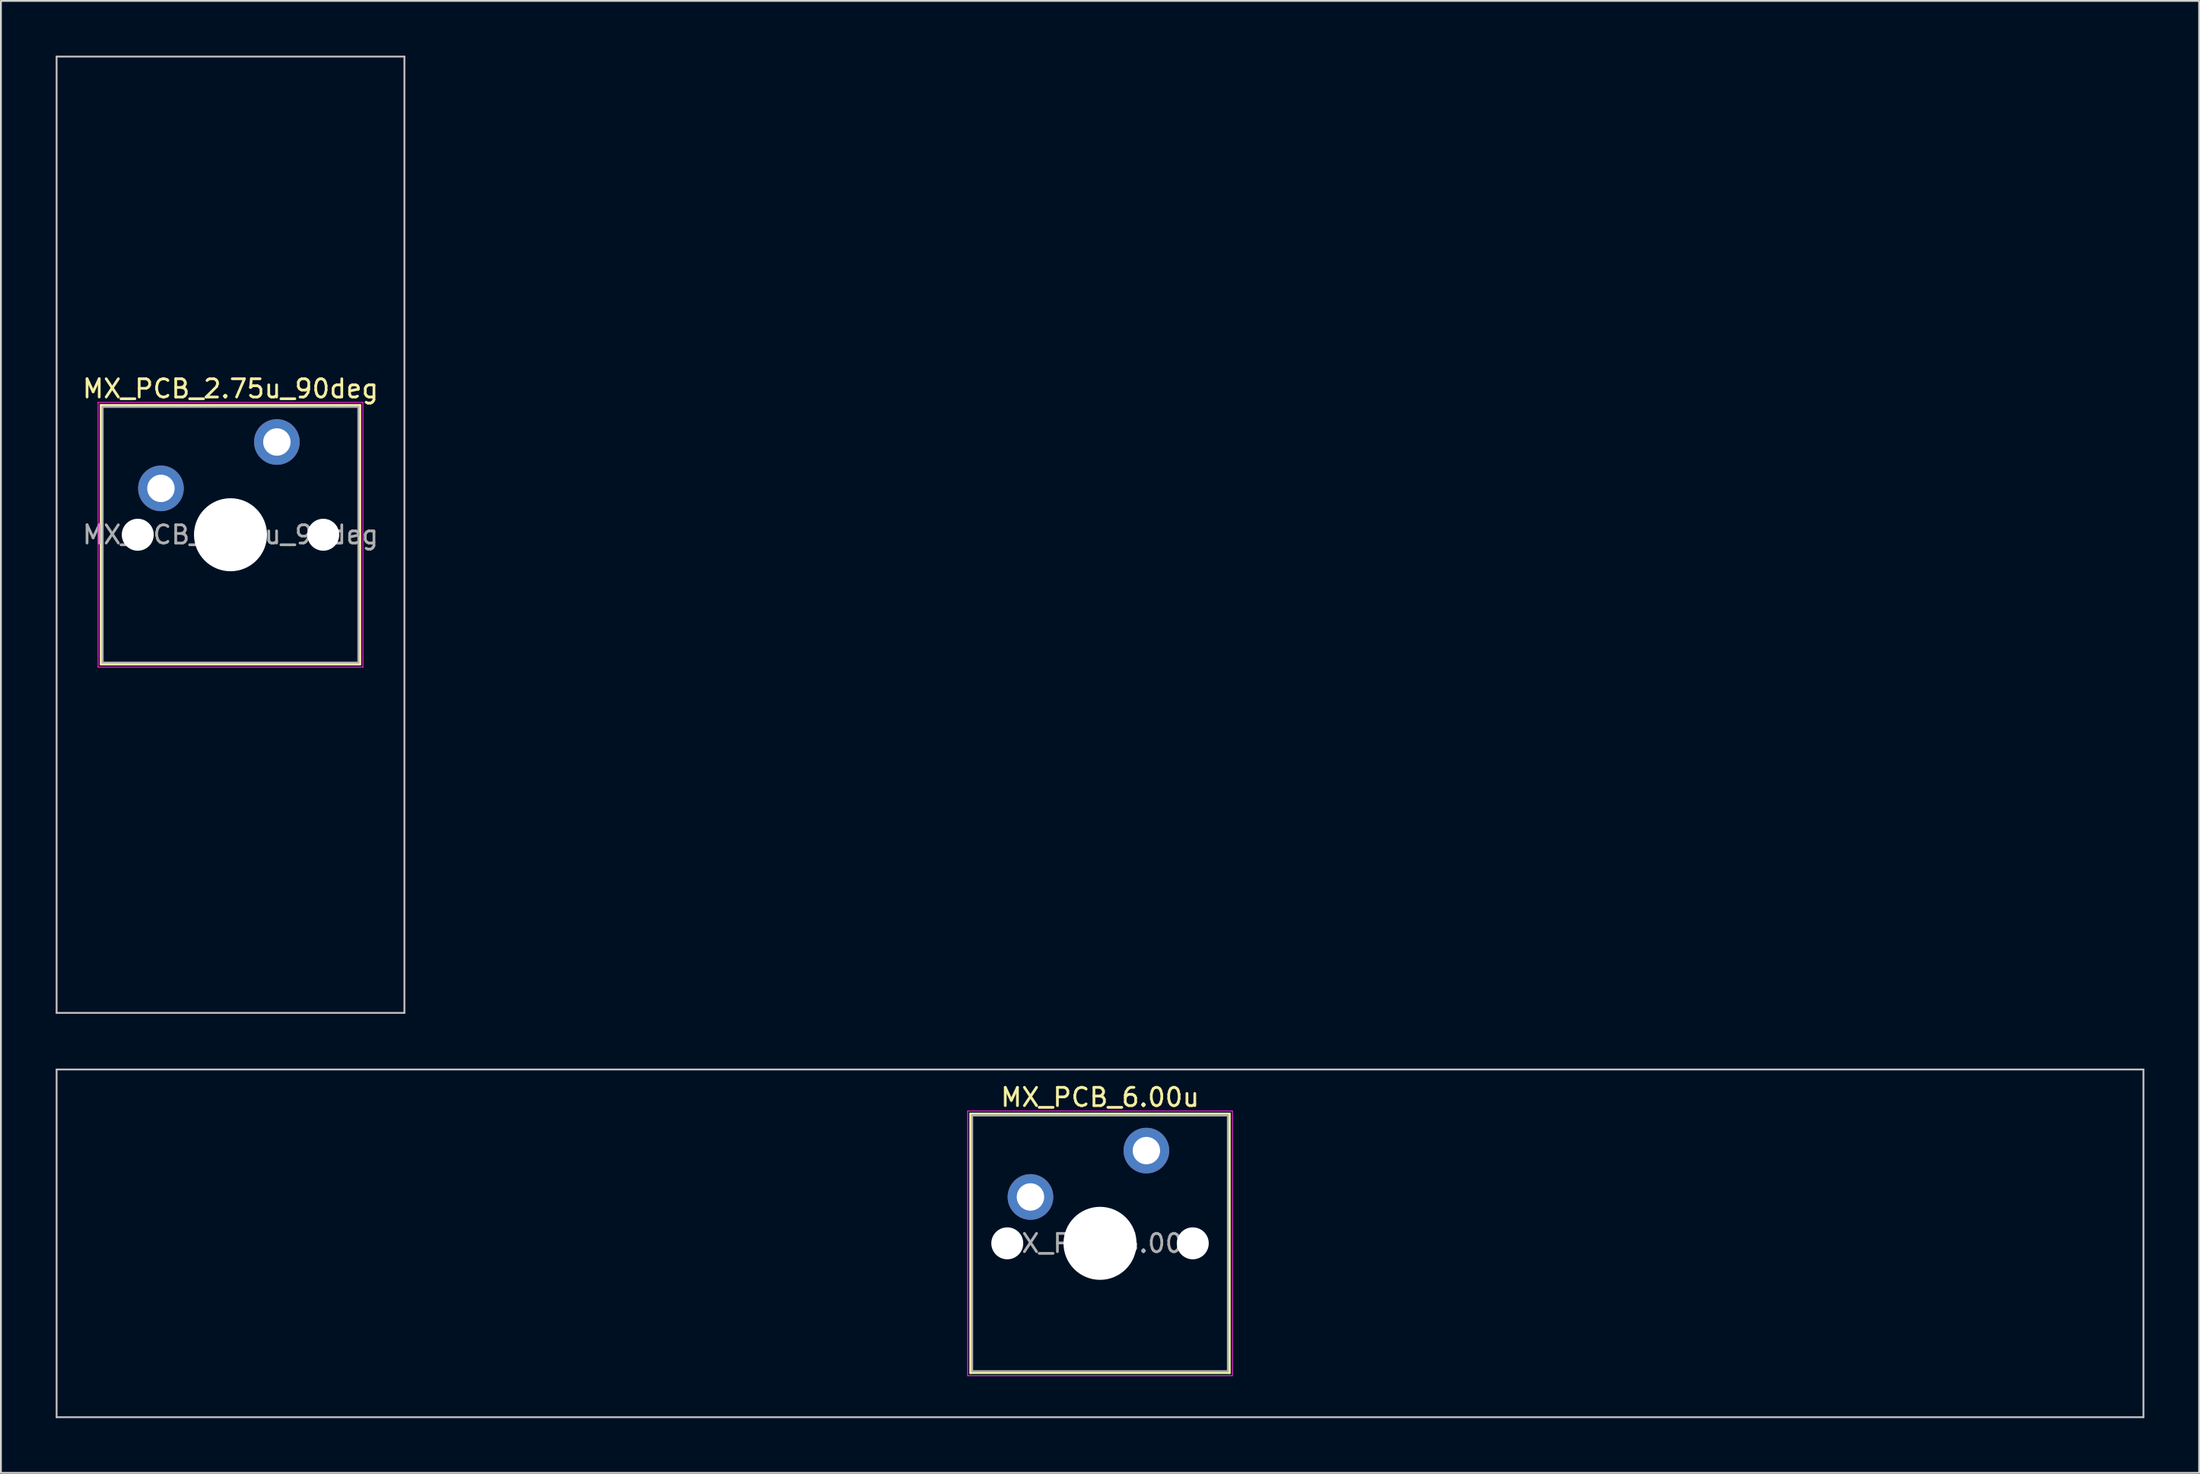
<source format=kicad_pcb>
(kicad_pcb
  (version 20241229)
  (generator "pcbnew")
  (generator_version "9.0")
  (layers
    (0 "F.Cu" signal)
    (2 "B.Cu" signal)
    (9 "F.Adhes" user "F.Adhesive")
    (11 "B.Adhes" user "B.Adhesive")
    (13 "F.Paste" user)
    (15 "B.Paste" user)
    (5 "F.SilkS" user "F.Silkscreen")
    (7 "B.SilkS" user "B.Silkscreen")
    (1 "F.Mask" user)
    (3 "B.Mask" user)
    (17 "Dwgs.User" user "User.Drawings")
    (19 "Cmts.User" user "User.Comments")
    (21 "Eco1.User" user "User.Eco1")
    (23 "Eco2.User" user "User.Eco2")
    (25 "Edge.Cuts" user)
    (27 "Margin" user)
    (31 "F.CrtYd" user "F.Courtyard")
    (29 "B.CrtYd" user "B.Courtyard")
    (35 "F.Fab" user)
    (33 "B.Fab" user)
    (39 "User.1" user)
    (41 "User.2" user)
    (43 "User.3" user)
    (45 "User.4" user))
  (footprint "MX_PCB_2.75u_90deg"
    (layer "F.Cu")
    (at 9.575 26.244)
    (property "Reference" "MX_PCB_2.75u_90deg" (at 0 -8 0) (layer "F.SilkS") (effects (font (size 1 1) (thickness 0.15))))
    (attr through_hole)
    (fp_line (start -7.1 -7.1) (end -7.1 7.1) (stroke (width 0.12) (type solid)) (layer "F.SilkS"))
    (fp_line (start -7.1 7.1) (end 7.1 7.1) (stroke (width 0.12) (type solid)) (layer "F.SilkS"))
    (fp_line (start 7.1 -7.1) (end -7.1 -7.1) (stroke (width 0.12) (type solid)) (layer "F.SilkS"))
    (fp_line (start 7.1 7.1) (end 7.1 -7.1) (stroke (width 0.12) (type solid)) (layer "F.SilkS"))
    (fp_line (start -9.525 -26.194) (end 9.525 -26.194) (stroke (width 0.1) (type solid)) (layer "Dwgs.User"))
    (fp_line (start -9.525 26.194) (end -9.525 -26.194) (stroke (width 0.1) (type solid)) (layer "Dwgs.User"))
    (fp_line (start 9.525 -26.194) (end 9.525 26.194) (stroke (width 0.1) (type solid)) (layer "Dwgs.User"))
    (fp_line (start 9.525 26.194) (end -9.525 26.194) (stroke (width 0.1) (type solid)) (layer "Dwgs.User"))
    (fp_line (start -7 -7) (end -7 7) (stroke (width 0.1) (type solid)) (layer "Eco1.User"))
    (fp_line (start -7 7) (end 7 7) (stroke (width 0.1) (type solid)) (layer "Eco1.User"))
    (fp_line (start 7 -7) (end -7 -7) (stroke (width 0.1) (type solid)) (layer "Eco1.User"))
    (fp_line (start 7 7) (end 7 -7) (stroke (width 0.1) (type solid)) (layer "Eco1.User"))
    (fp_line (start -7.25 -7.25) (end -7.25 7.25) (stroke (width 0.05) (type solid)) (layer "F.CrtYd"))
    (fp_line (start -7.25 7.25) (end 7.25 7.25) (stroke (width 0.05) (type solid)) (layer "F.CrtYd"))
    (fp_line (start 7.25 -7.25) (end -7.25 -7.25) (stroke (width 0.05) (type solid)) (layer "F.CrtYd"))
    (fp_line (start 7.25 7.25) (end 7.25 -7.25) (stroke (width 0.05) (type solid)) (layer "F.CrtYd"))
    (fp_line (start -7 -7) (end -7 7) (stroke (width 0.1) (type solid)) (layer "F.Fab"))
    (fp_line (start -7 7) (end 7 7) (stroke (width 0.1) (type solid)) (layer "F.Fab"))
    (fp_line (start 7 -7) (end -7 -7) (stroke (width 0.1) (type solid)) (layer "F.Fab"))
    (fp_line (start 7 7) (end 7 -7) (stroke (width 0.1) (type solid)) (layer "F.Fab"))
    (fp_text user "${REFERENCE}" (at 0 0 0) (layer "F.Fab") (effects (font (size 1 1) (thickness 0.15))))
    (pad "" np_thru_hole circle (at -5.08 0) (size 1.75 1.75) (drill 1.75) (layers "*.Cu" "*.Mask"))
    (pad "" np_thru_hole circle (at 0 0) (size 4 4) (drill 4) (layers "*.Cu" "*.Mask"))
    (pad "" np_thru_hole circle (at 5.08 0) (size 1.75 1.75) (drill 1.75) (layers "*.Cu" "*.Mask"))
    (pad "1" thru_hole circle (at -3.81 -2.54) (size 2.5 2.5) (drill 1.5) (layers "*.Cu" "*.Mask"))
    (pad "2" thru_hole circle (at 2.54 -5.08) (size 2.5 2.5) (drill 1.5) (layers "*.Cu" "*.Mask")))
  (footprint "MX_PCB_6.00u"
    (layer "F.Cu")
    (at 57.2 65.062)
    (property "Reference" "MX_PCB_6.00u" (at 0 -8 0) (layer "F.SilkS") (effects (font (size 1 1) (thickness 0.15))))
    (attr through_hole)
    (fp_line (start -7.1 -7.1) (end -7.1 7.1) (stroke (width 0.12) (type solid)) (layer "F.SilkS"))
    (fp_line (start -7.1 7.1) (end 7.1 7.1) (stroke (width 0.12) (type solid)) (layer "F.SilkS"))
    (fp_line (start 7.1 -7.1) (end -7.1 -7.1) (stroke (width 0.12) (type solid)) (layer "F.SilkS"))
    (fp_line (start 7.1 7.1) (end 7.1 -7.1) (stroke (width 0.12) (type solid)) (layer "F.SilkS"))
    (fp_line (start -57.15 -9.525) (end -57.15 9.525) (stroke (width 0.1) (type solid)) (layer "Dwgs.User"))
    (fp_line (start -57.15 9.525) (end 57.15 9.525) (stroke (width 0.1) (type solid)) (layer "Dwgs.User"))
    (fp_line (start 57.15 -9.525) (end -57.15 -9.525) (stroke (width 0.1) (type solid)) (layer "Dwgs.User"))
    (fp_line (start 57.15 9.525) (end 57.15 -9.525) (stroke (width 0.1) (type solid)) (layer "Dwgs.User"))
    (fp_line (start -7 -7) (end -7 7) (stroke (width 0.1) (type solid)) (layer "Eco1.User"))
    (fp_line (start -7 7) (end 7 7) (stroke (width 0.1) (type solid)) (layer "Eco1.User"))
    (fp_line (start 7 -7) (end -7 -7) (stroke (width 0.1) (type solid)) (layer "Eco1.User"))
    (fp_line (start 7 7) (end 7 -7) (stroke (width 0.1) (type solid)) (layer "Eco1.User"))
    (fp_line (start -7.25 -7.25) (end -7.25 7.25) (stroke (width 0.05) (type solid)) (layer "F.CrtYd"))
    (fp_line (start -7.25 7.25) (end 7.25 7.25) (stroke (width 0.05) (type solid)) (layer "F.CrtYd"))
    (fp_line (start 7.25 -7.25) (end -7.25 -7.25) (stroke (width 0.05) (type solid)) (layer "F.CrtYd"))
    (fp_line (start 7.25 7.25) (end 7.25 -7.25) (stroke (width 0.05) (type solid)) (layer "F.CrtYd"))
    (fp_line (start -7 -7) (end -7 7) (stroke (width 0.1) (type solid)) (layer "F.Fab"))
    (fp_line (start -7 7) (end 7 7) (stroke (width 0.1) (type solid)) (layer "F.Fab"))
    (fp_line (start 7 -7) (end -7 -7) (stroke (width 0.1) (type solid)) (layer "F.Fab"))
    (fp_line (start 7 7) (end 7 -7) (stroke (width 0.1) (type solid)) (layer "F.Fab"))
    (fp_text user "${REFERENCE}" (at 0 0 0) (layer "F.Fab") (effects (font (size 1 1) (thickness 0.15))))
    (pad "" np_thru_hole circle (at -5.08 0) (size 1.75 1.75) (drill 1.75) (layers "*.Cu" "*.Mask"))
    (pad "" np_thru_hole circle (at 0 0) (size 4 4) (drill 4) (layers "*.Cu" "*.Mask"))
    (pad "" np_thru_hole circle (at 5.08 0) (size 1.75 1.75) (drill 1.75) (layers "*.Cu" "*.Mask"))
    (pad "1" thru_hole circle (at -3.81 -2.54) (size 2.5 2.5) (drill 1.5) (layers "*.Cu" "*.Mask"))
    (pad "2" thru_hole circle (at 2.54 -5.08) (size 2.5 2.5) (drill 1.5) (layers "*.Cu" "*.Mask")))
  (gr_rect
    (start -3 -3)
    (end 117.4 77.638)
    (stroke (width 0.1) (type default))
    (fill no)
    (layer "Edge.Cuts")))
</source>
